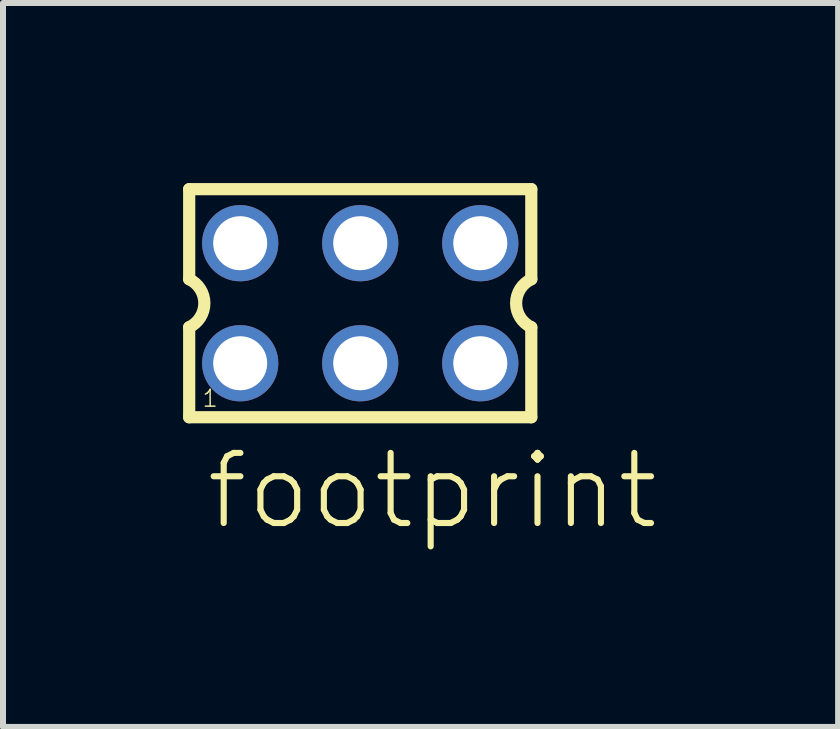
<source format=kicad_pcb>
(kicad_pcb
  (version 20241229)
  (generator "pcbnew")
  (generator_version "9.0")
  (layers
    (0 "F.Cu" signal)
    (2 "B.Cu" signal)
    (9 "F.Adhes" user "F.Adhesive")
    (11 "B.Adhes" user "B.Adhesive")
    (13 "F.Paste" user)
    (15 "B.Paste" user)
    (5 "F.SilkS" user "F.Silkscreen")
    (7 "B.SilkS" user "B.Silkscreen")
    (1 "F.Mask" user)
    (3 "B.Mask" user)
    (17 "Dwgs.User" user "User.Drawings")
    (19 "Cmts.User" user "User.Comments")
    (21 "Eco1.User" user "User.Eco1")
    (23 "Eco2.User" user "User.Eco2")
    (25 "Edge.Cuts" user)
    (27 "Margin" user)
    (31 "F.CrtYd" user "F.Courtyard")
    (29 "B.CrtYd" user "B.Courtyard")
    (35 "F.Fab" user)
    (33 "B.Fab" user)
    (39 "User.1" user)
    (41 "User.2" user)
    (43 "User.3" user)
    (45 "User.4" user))
  (footprint "footprint"
    (layer "F.Cu")
    (at 2.952 2.002)
    (property "Reference" "footprint" (at -2.62 3.81 0) (layer "F.SilkS") (effects (font (size 1.168 1.168) (thickness 0.102)) (justify left bottom)))
    (fp_line (start -2.85 -1.9) (end -2.85 -0.4) (stroke (width 0.203) (type solid)) (layer "F.SilkS"))
    (fp_line (start -2.85 0.4) (end -2.85 1.9) (stroke (width 0.203) (type solid)) (layer "F.SilkS"))
    (fp_line (start -2.85 1.9) (end 2.85 1.9) (stroke (width 0.203) (type solid)) (layer "F.SilkS"))
    (fp_line (start 2.85 -1.9) (end -2.85 -1.9) (stroke (width 0.203) (type solid)) (layer "F.SilkS"))
    (fp_line (start 2.85 -0.4) (end 2.85 -1.9) (stroke (width 0.203) (type solid)) (layer "F.SilkS"))
    (fp_line (start 2.85 1.9) (end 2.85 0.4) (stroke (width 0.203) (type solid)) (layer "F.SilkS"))
    (fp_arc (start -2.85 -0.4) (mid -2.597168 -0.000001) (end -2.849998 0.399999) (stroke (width 0.2032) (type solid)) (layer "F.SilkS"))
    (fp_arc (start 2.85 0.4) (mid 2.597168 0.000001) (end 2.849998 -0.399999) (stroke (width 0.2032) (type solid)) (layer "F.SilkS"))
    (fp_poly (pts (xy -2.25 -0.75) (xy -1.75 -0.75) (xy -1.75 -1.25) (xy -2.25 -1.25)) (stroke (width 0.1) (type solid)) (fill no) (layer "F.Fab"))
    (fp_poly (pts (xy -2.25 1.25) (xy -1.75 1.25) (xy -1.75 0.75) (xy -2.25 0.75)) (stroke (width 0.1) (type solid)) (fill no) (layer "F.Fab"))
    (fp_poly (pts (xy -0.25 -0.75) (xy 0.25 -0.75) (xy 0.25 -1.25) (xy -0.25 -1.25)) (stroke (width 0.1) (type solid)) (fill no) (layer "F.Fab"))
    (fp_poly (pts (xy -0.25 1.25) (xy 0.25 1.25) (xy 0.25 0.75) (xy -0.25 0.75)) (stroke (width 0.1) (type solid)) (fill no) (layer "F.Fab"))
    (fp_poly (pts (xy 1.75 -0.75) (xy 2.25 -0.75) (xy 2.25 -1.25) (xy 1.75 -1.25)) (stroke (width 0.1) (type solid)) (fill no) (layer "F.Fab"))
    (fp_poly (pts (xy 1.75 1.25) (xy 2.25 1.25) (xy 2.25 0.75) (xy 1.75 0.75)) (stroke (width 0.1) (type solid)) (fill no) (layer "F.Fab"))
    (fp_text user "1" (at -2.65 1.75 0) (layer "F.SilkS") (effects (font (size 0.28 0.28) (thickness 0.024)) (justify left bottom)))
    (pad "1" thru_hole circle (at -2 1) (size 1.27 1.27) (drill 0.9) (layers "*.Cu" "*.Mask"))
    (pad "2" thru_hole circle (at -2 -1) (size 1.27 1.27) (drill 0.9) (layers "*.Cu" "*.Mask"))
    (pad "3" thru_hole circle (at 0 1) (size 1.27 1.27) (drill 0.9) (layers "*.Cu" "*.Mask"))
    (pad "4" thru_hole circle (at 0 -1) (size 1.27 1.27) (drill 0.9) (layers "*.Cu" "*.Mask"))
    (pad "5" thru_hole circle (at 2 1) (size 1.27 1.27) (drill 0.9) (layers "*.Cu" "*.Mask"))
    (pad "6" thru_hole circle (at 2 -1) (size 1.27 1.27) (drill 0.9) (layers "*.Cu" "*.Mask")))
  (gr_rect
    (start -3 -3)
    (end 10.914 9.062)
    (stroke (width 0.1) (type default))
    (fill no)
    (layer "Edge.Cuts")))
</source>
